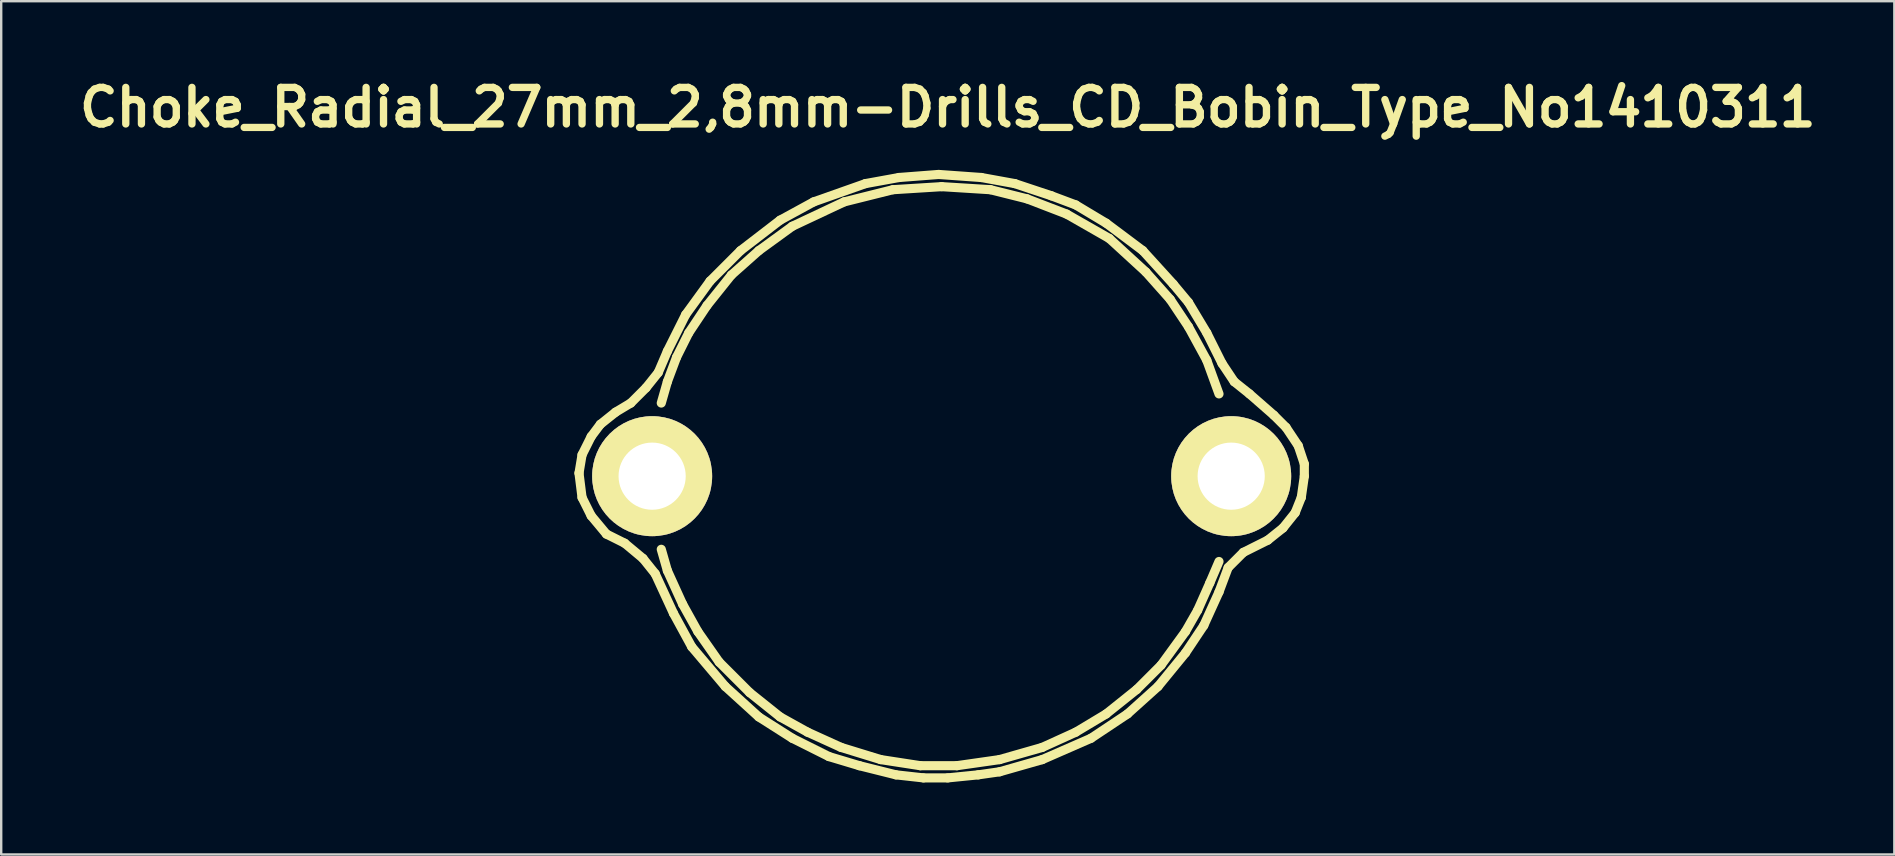
<source format=kicad_pcb>
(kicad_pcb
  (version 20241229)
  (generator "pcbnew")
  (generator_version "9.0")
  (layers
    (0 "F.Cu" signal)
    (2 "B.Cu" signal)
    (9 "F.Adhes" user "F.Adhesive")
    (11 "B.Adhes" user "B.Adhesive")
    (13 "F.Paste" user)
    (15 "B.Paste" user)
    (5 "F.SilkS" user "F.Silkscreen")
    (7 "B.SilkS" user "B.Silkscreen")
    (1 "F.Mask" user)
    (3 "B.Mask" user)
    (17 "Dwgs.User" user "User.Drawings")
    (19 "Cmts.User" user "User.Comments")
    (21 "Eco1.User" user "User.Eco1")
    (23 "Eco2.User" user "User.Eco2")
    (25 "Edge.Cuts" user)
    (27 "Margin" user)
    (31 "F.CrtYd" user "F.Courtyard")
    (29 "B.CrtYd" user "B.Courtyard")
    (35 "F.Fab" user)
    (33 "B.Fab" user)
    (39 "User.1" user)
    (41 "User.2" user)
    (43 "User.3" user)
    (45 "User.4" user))
  (footprint "Choke_Radial_27mm_2,8mm-Drills_CD_Bobin_Type_No1410311"
    (layer "F.Cu")
    (at 36.191 16.793)
    (property "Reference" "Choke_Radial_27mm_2,8mm-Drills_CD_Bobin_Type_No1410311" (at 0.254 -15.367 0) (layer "F.SilkS") (effects (font (size 1.524 1.524) (thickness 0.305))))
    (attr through_hole)
    (fp_line (start -15.113 -0.127) (end -14.986 -0.889) (stroke (width 0.381) (type solid)) (layer "F.SilkS"))
    (fp_line (start -14.986 -0.889) (end -14.605 -1.651) (stroke (width 0.381) (type solid)) (layer "F.SilkS"))
    (fp_line (start -14.986 0.889) (end -15.113 -0.127) (stroke (width 0.381) (type solid)) (layer "F.SilkS"))
    (fp_line (start -14.605 -1.651) (end -14.224 -2.159) (stroke (width 0.381) (type solid)) (layer "F.SilkS"))
    (fp_line (start -14.605 1.651) (end -14.986 0.889) (stroke (width 0.381) (type solid)) (layer "F.SilkS"))
    (fp_line (start -14.224 -2.159) (end -13.589 -2.667) (stroke (width 0.381) (type solid)) (layer "F.SilkS"))
    (fp_line (start -13.97 2.413) (end -14.605 1.651) (stroke (width 0.381) (type solid)) (layer "F.SilkS"))
    (fp_line (start -13.589 -2.667) (end -12.954 -3.048) (stroke (width 0.381) (type solid)) (layer "F.SilkS"))
    (fp_line (start -13.208 2.794) (end -13.97 2.413) (stroke (width 0.381) (type solid)) (layer "F.SilkS"))
    (fp_line (start -12.954 -3.048) (end -12.319 -3.683) (stroke (width 0.381) (type solid)) (layer "F.SilkS"))
    (fp_line (start -12.446 3.429) (end -13.208 2.794) (stroke (width 0.381) (type solid)) (layer "F.SilkS"))
    (fp_line (start -12.319 -3.683) (end -11.811 -4.318) (stroke (width 0.381) (type solid)) (layer "F.SilkS"))
    (fp_line (start -11.938 4.064) (end -12.446 3.429) (stroke (width 0.381) (type solid)) (layer "F.SilkS"))
    (fp_line (start -11.811 -4.318) (end -11.43 -5.207) (stroke (width 0.381) (type solid)) (layer "F.SilkS"))
    (fp_line (start -11.684 -3.048) (end -11.43 -3.937) (stroke (width 0.381) (type solid)) (layer "F.SilkS"))
    (fp_line (start -11.43 -5.207) (end -10.668 -6.731) (stroke (width 0.381) (type solid)) (layer "F.SilkS"))
    (fp_line (start -11.43 -3.937) (end -11.049 -4.953) (stroke (width 0.381) (type solid)) (layer "F.SilkS"))
    (fp_line (start -11.43 3.937) (end -11.684 3.048) (stroke (width 0.381) (type solid)) (layer "F.SilkS"))
    (fp_line (start -11.176 5.715) (end -11.938 4.064) (stroke (width 0.381) (type solid)) (layer "F.SilkS"))
    (fp_line (start -11.049 -4.953) (end -10.541 -5.969) (stroke (width 0.381) (type solid)) (layer "F.SilkS"))
    (fp_line (start -10.795 5.334) (end -11.43 3.937) (stroke (width 0.381) (type solid)) (layer "F.SilkS"))
    (fp_line (start -10.668 -6.731) (end -9.652 -8.128) (stroke (width 0.381) (type solid)) (layer "F.SilkS"))
    (fp_line (start -10.541 -5.969) (end -9.779 -7.112) (stroke (width 0.381) (type solid)) (layer "F.SilkS"))
    (fp_line (start -10.414 7.112) (end -11.176 5.715) (stroke (width 0.381) (type solid)) (layer "F.SilkS"))
    (fp_line (start -10.16 6.477) (end -10.795 5.334) (stroke (width 0.381) (type solid)) (layer "F.SilkS"))
    (fp_line (start -9.779 -7.112) (end -8.763 -8.382) (stroke (width 0.381) (type solid)) (layer "F.SilkS"))
    (fp_line (start -9.652 -8.128) (end -8.382 -9.398) (stroke (width 0.381) (type solid)) (layer "F.SilkS"))
    (fp_line (start -9.271 7.747) (end -10.16 6.477) (stroke (width 0.381) (type solid)) (layer "F.SilkS"))
    (fp_line (start -9.017 8.763) (end -10.414 7.112) (stroke (width 0.381) (type solid)) (layer "F.SilkS"))
    (fp_line (start -8.763 -8.382) (end -7.62 -9.398) (stroke (width 0.381) (type solid)) (layer "F.SilkS"))
    (fp_line (start -8.382 -9.398) (end -6.731 -10.668) (stroke (width 0.381) (type solid)) (layer "F.SilkS"))
    (fp_line (start -8.001 9.017) (end -9.271 7.747) (stroke (width 0.381) (type solid)) (layer "F.SilkS"))
    (fp_line (start -7.62 -9.398) (end -6.223 -10.414) (stroke (width 0.381) (type solid)) (layer "F.SilkS"))
    (fp_line (start -7.62 10.033) (end -9.017 8.763) (stroke (width 0.381) (type solid)) (layer "F.SilkS"))
    (fp_line (start -6.731 -10.668) (end -5.334 -11.43) (stroke (width 0.381) (type solid)) (layer "F.SilkS"))
    (fp_line (start -6.731 10.033) (end -8.001 9.017) (stroke (width 0.381) (type solid)) (layer "F.SilkS"))
    (fp_line (start -6.223 -10.414) (end -4.064 -11.43) (stroke (width 0.381) (type solid)) (layer "F.SilkS"))
    (fp_line (start -6.223 10.922) (end -7.62 10.033) (stroke (width 0.381) (type solid)) (layer "F.SilkS"))
    (fp_line (start -5.588 10.668) (end -6.731 10.033) (stroke (width 0.381) (type solid)) (layer "F.SilkS"))
    (fp_line (start -5.334 -11.43) (end -3.175 -12.192) (stroke (width 0.381) (type solid)) (layer "F.SilkS"))
    (fp_line (start -4.699 11.684) (end -6.223 10.922) (stroke (width 0.381) (type solid)) (layer "F.SilkS"))
    (fp_line (start -4.191 11.303) (end -5.588 10.668) (stroke (width 0.381) (type solid)) (layer "F.SilkS"))
    (fp_line (start -4.064 -11.43) (end -2.032 -11.938) (stroke (width 0.381) (type solid)) (layer "F.SilkS"))
    (fp_line (start -3.429 12.065) (end -4.699 11.684) (stroke (width 0.381) (type solid)) (layer "F.SilkS"))
    (fp_line (start -3.175 -12.192) (end -1.778 -12.446) (stroke (width 0.381) (type solid)) (layer "F.SilkS"))
    (fp_line (start -2.54 11.811) (end -4.191 11.303) (stroke (width 0.381) (type solid)) (layer "F.SilkS"))
    (fp_line (start -2.032 -11.938) (end 0 -12.065) (stroke (width 0.381) (type solid)) (layer "F.SilkS"))
    (fp_line (start -1.905 12.446) (end -3.429 12.065) (stroke (width 0.381) (type solid)) (layer "F.SilkS"))
    (fp_line (start -1.778 -12.446) (end -0.127 -12.573) (stroke (width 0.381) (type solid)) (layer "F.SilkS"))
    (fp_line (start -0.889 12.065) (end -2.54 11.811) (stroke (width 0.381) (type solid)) (layer "F.SilkS"))
    (fp_line (start -0.762 12.573) (end -1.905 12.446) (stroke (width 0.381) (type solid)) (layer "F.SilkS"))
    (fp_line (start -0.127 -12.573) (end 1.651 -12.446) (stroke (width 0.381) (type solid)) (layer "F.SilkS"))
    (fp_line (start 0 -12.065) (end 2.032 -11.938) (stroke (width 0.381) (type solid)) (layer "F.SilkS"))
    (fp_line (start 0.254 12.573) (end -0.762 12.573) (stroke (width 0.381) (type solid)) (layer "F.SilkS"))
    (fp_line (start 0.635 12.065) (end -0.889 12.065) (stroke (width 0.381) (type solid)) (layer "F.SilkS"))
    (fp_line (start 1.524 12.446) (end 0.254 12.573) (stroke (width 0.381) (type solid)) (layer "F.SilkS"))
    (fp_line (start 1.651 -12.446) (end 3.048 -12.192) (stroke (width 0.381) (type solid)) (layer "F.SilkS"))
    (fp_line (start 2.032 -11.938) (end 3.556 -11.557) (stroke (width 0.381) (type solid)) (layer "F.SilkS"))
    (fp_line (start 2.413 11.811) (end 0.635 12.065) (stroke (width 0.381) (type solid)) (layer "F.SilkS"))
    (fp_line (start 2.413 12.319) (end 1.524 12.446) (stroke (width 0.381) (type solid)) (layer "F.SilkS"))
    (fp_line (start 3.048 -12.192) (end 4.572 -11.684) (stroke (width 0.381) (type solid)) (layer "F.SilkS"))
    (fp_line (start 3.556 -11.557) (end 5.207 -10.922) (stroke (width 0.381) (type solid)) (layer "F.SilkS"))
    (fp_line (start 4.191 11.303) (end 2.413 11.811) (stroke (width 0.381) (type solid)) (layer "F.SilkS"))
    (fp_line (start 4.191 11.811) (end 2.413 12.319) (stroke (width 0.381) (type solid)) (layer "F.SilkS"))
    (fp_line (start 4.572 -11.684) (end 5.588 -11.303) (stroke (width 0.381) (type solid)) (layer "F.SilkS"))
    (fp_line (start 5.207 -10.922) (end 6.985 -9.906) (stroke (width 0.381) (type solid)) (layer "F.SilkS"))
    (fp_line (start 5.588 -11.303) (end 6.858 -10.541) (stroke (width 0.381) (type solid)) (layer "F.SilkS"))
    (fp_line (start 5.588 10.668) (end 4.191 11.303) (stroke (width 0.381) (type solid)) (layer "F.SilkS"))
    (fp_line (start 6.223 10.922) (end 4.191 11.811) (stroke (width 0.381) (type solid)) (layer "F.SilkS"))
    (fp_line (start 6.858 -10.541) (end 8.382 -9.398) (stroke (width 0.381) (type solid)) (layer "F.SilkS"))
    (fp_line (start 6.858 9.906) (end 5.588 10.668) (stroke (width 0.381) (type solid)) (layer "F.SilkS"))
    (fp_line (start 6.985 -9.906) (end 8.509 -8.509) (stroke (width 0.381) (type solid)) (layer "F.SilkS"))
    (fp_line (start 7.747 9.906) (end 6.223 10.922) (stroke (width 0.381) (type solid)) (layer "F.SilkS"))
    (fp_line (start 8.128 8.89) (end 6.858 9.906) (stroke (width 0.381) (type solid)) (layer "F.SilkS"))
    (fp_line (start 8.382 -9.398) (end 9.652 -8.001) (stroke (width 0.381) (type solid)) (layer "F.SilkS"))
    (fp_line (start 8.509 -8.509) (end 9.525 -7.366) (stroke (width 0.381) (type solid)) (layer "F.SilkS"))
    (fp_line (start 9.017 8.763) (end 7.747 9.906) (stroke (width 0.381) (type solid)) (layer "F.SilkS"))
    (fp_line (start 9.144 7.874) (end 8.128 8.89) (stroke (width 0.381) (type solid)) (layer "F.SilkS"))
    (fp_line (start 9.525 -7.366) (end 10.287 -6.223) (stroke (width 0.381) (type solid)) (layer "F.SilkS"))
    (fp_line (start 9.652 -8.001) (end 10.287 -7.239) (stroke (width 0.381) (type solid)) (layer "F.SilkS"))
    (fp_line (start 10.16 6.477) (end 9.144 7.874) (stroke (width 0.381) (type solid)) (layer "F.SilkS"))
    (fp_line (start 10.16 7.366) (end 9.017 8.763) (stroke (width 0.381) (type solid)) (layer "F.SilkS"))
    (fp_line (start 10.287 -7.239) (end 11.049 -5.969) (stroke (width 0.381) (type solid)) (layer "F.SilkS"))
    (fp_line (start 10.287 -6.223) (end 11.049 -4.826) (stroke (width 0.381) (type solid)) (layer "F.SilkS"))
    (fp_line (start 10.668 5.588) (end 10.16 6.477) (stroke (width 0.381) (type solid)) (layer "F.SilkS"))
    (fp_line (start 10.922 6.223) (end 10.16 7.366) (stroke (width 0.381) (type solid)) (layer "F.SilkS"))
    (fp_line (start 11.049 -5.969) (end 11.684 -4.699) (stroke (width 0.381) (type solid)) (layer "F.SilkS"))
    (fp_line (start 11.049 -4.826) (end 11.557 -3.429) (stroke (width 0.381) (type solid)) (layer "F.SilkS"))
    (fp_line (start 11.176 4.445) (end 10.668 5.588) (stroke (width 0.381) (type solid)) (layer "F.SilkS"))
    (fp_line (start 11.557 3.556) (end 11.176 4.445) (stroke (width 0.381) (type solid)) (layer "F.SilkS"))
    (fp_line (start 11.557 4.826) (end 10.922 6.223) (stroke (width 0.381) (type solid)) (layer "F.SilkS"))
    (fp_line (start 11.684 -4.699) (end 12.192 -3.937) (stroke (width 0.381) (type solid)) (layer "F.SilkS"))
    (fp_line (start 11.938 3.81) (end 11.557 4.826) (stroke (width 0.381) (type solid)) (layer "F.SilkS"))
    (fp_line (start 12.192 -3.937) (end 12.827 -3.429) (stroke (width 0.381) (type solid)) (layer "F.SilkS"))
    (fp_line (start 12.573 3.175) (end 11.938 3.81) (stroke (width 0.381) (type solid)) (layer "F.SilkS"))
    (fp_line (start 12.827 -3.429) (end 13.843 -2.54) (stroke (width 0.381) (type solid)) (layer "F.SilkS"))
    (fp_line (start 13.589 2.667) (end 12.573 3.175) (stroke (width 0.381) (type solid)) (layer "F.SilkS"))
    (fp_line (start 13.843 -2.54) (end 14.351 -2.032) (stroke (width 0.381) (type solid)) (layer "F.SilkS"))
    (fp_line (start 14.224 2.159) (end 13.589 2.667) (stroke (width 0.381) (type solid)) (layer "F.SilkS"))
    (fp_line (start 14.351 -2.032) (end 14.859 -1.27) (stroke (width 0.381) (type solid)) (layer "F.SilkS"))
    (fp_line (start 14.732 1.524) (end 14.224 2.159) (stroke (width 0.381) (type solid)) (layer "F.SilkS"))
    (fp_line (start 14.859 -1.27) (end 15.113 -0.508) (stroke (width 0.381) (type solid)) (layer "F.SilkS"))
    (fp_line (start 14.986 0.889) (end 14.732 1.524) (stroke (width 0.381) (type solid)) (layer "F.SilkS"))
    (fp_line (start 15.113 -0.508) (end 15.113 0) (stroke (width 0.381) (type solid)) (layer "F.SilkS"))
    (fp_line (start 15.113 0) (end 14.986 0.889) (stroke (width 0.381) (type solid)) (layer "F.SilkS"))
    (pad "1" thru_hole circle (at 12.065 0) (size 5.001 5.001) (drill 2.799) (layers "*.Cu" "*.Mask" "F.SilkS"))
    (pad "2" thru_hole circle (at -12.065 0) (size 5.001 5.001) (drill 2.799) (layers "*.Cu" "*.Mask" "F.SilkS")))
  (gr_rect
    (start -3 -3)
    (end 75.891 32.557)
    (stroke (width 0.1) (type default))
    (fill no)
    (layer "Edge.Cuts")))
</source>
